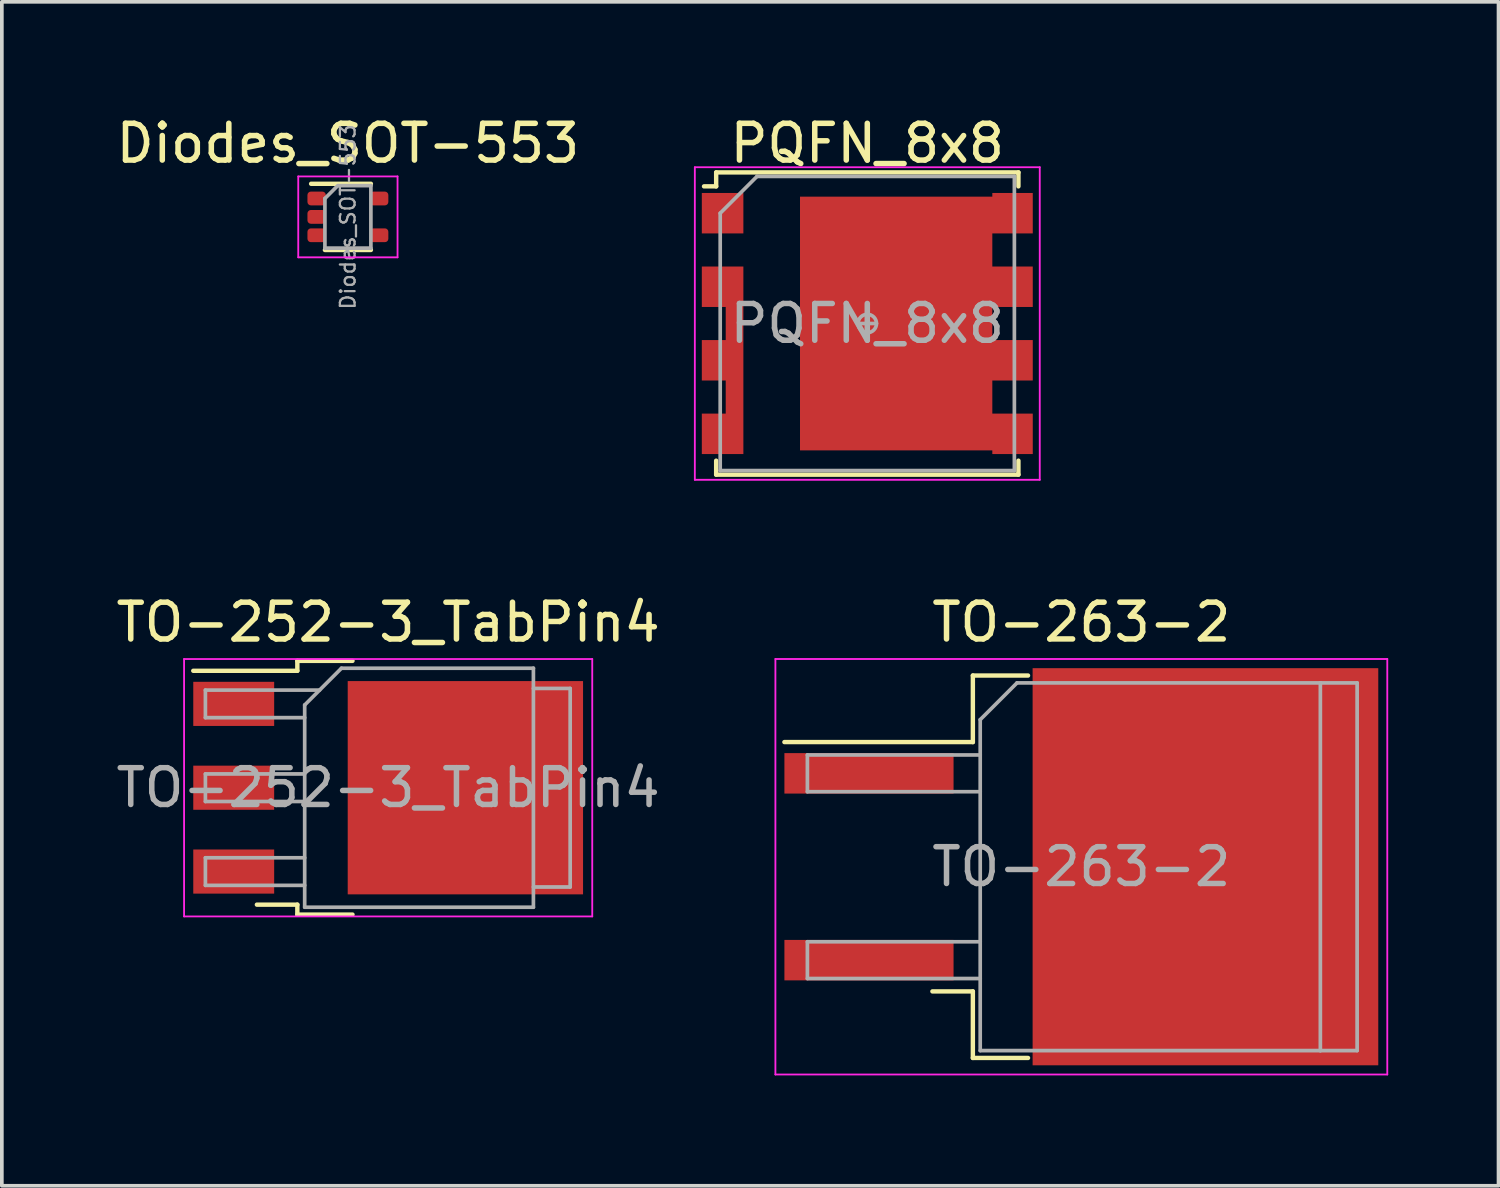
<source format=kicad_pcb>
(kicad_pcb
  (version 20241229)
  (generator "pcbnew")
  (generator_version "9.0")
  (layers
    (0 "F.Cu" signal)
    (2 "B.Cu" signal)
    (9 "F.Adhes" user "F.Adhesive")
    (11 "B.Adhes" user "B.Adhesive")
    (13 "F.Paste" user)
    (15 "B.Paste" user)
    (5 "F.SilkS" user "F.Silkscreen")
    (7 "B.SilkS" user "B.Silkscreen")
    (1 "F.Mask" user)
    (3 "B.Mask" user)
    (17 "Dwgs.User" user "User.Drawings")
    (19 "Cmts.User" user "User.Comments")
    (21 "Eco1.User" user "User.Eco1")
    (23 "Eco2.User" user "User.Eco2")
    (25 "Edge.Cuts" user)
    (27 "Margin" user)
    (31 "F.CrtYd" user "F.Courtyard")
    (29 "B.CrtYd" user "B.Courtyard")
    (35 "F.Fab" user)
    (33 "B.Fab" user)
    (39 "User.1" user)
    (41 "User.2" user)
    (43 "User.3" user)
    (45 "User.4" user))
  (footprint "TO-252-3_TabPin4"
    (layer "F.Cu")
    (at 7.506 18.372)
    (property "Reference" "TO-252-3_TabPin4" (at 0 -4.5 0) (layer "F.SilkS") (effects (font (size 1 1) (thickness 0.15))))
    (attr smd)
    (fp_line (start -2.47 -3.45) (end -2.47 -3.18) (stroke (width 0.12) (type solid)) (layer "F.SilkS"))
    (fp_line (start -2.47 -3.18) (end -5.3 -3.18) (stroke (width 0.12) (type solid)) (layer "F.SilkS"))
    (fp_line (start -2.47 3.18) (end -3.57 3.18) (stroke (width 0.12) (type solid)) (layer "F.SilkS"))
    (fp_line (start -2.47 3.45) (end -2.47 3.18) (stroke (width 0.12) (type solid)) (layer "F.SilkS"))
    (fp_line (start -0.97 -3.45) (end -2.47 -3.45) (stroke (width 0.12) (type solid)) (layer "F.SilkS"))
    (fp_line (start -0.97 3.45) (end -2.47 3.45) (stroke (width 0.12) (type solid)) (layer "F.SilkS"))
    (fp_line (start -5.55 -3.5) (end -5.55 3.5) (stroke (width 0.05) (type solid)) (layer "F.CrtYd"))
    (fp_line (start -5.55 3.5) (end 5.55 3.5) (stroke (width 0.05) (type solid)) (layer "F.CrtYd"))
    (fp_line (start 5.55 -3.5) (end -5.55 -3.5) (stroke (width 0.05) (type solid)) (layer "F.CrtYd"))
    (fp_line (start 5.55 3.5) (end 5.55 -3.5) (stroke (width 0.05) (type solid)) (layer "F.CrtYd"))
    (fp_line (start -4.97 -2.655) (end -4.97 -1.905) (stroke (width 0.1) (type solid)) (layer "F.Fab"))
    (fp_line (start -4.97 -1.905) (end -2.27 -1.905) (stroke (width 0.1) (type solid)) (layer "F.Fab"))
    (fp_line (start -4.97 -0.375) (end -4.97 0.375) (stroke (width 0.1) (type solid)) (layer "F.Fab"))
    (fp_line (start -4.97 0.375) (end -2.27 0.375) (stroke (width 0.1) (type solid)) (layer "F.Fab"))
    (fp_line (start -4.97 1.905) (end -4.97 2.655) (stroke (width 0.1) (type solid)) (layer "F.Fab"))
    (fp_line (start -4.97 2.655) (end -2.27 2.655) (stroke (width 0.1) (type solid)) (layer "F.Fab"))
    (fp_line (start -2.27 -2.25) (end -1.27 -3.25) (stroke (width 0.1) (type solid)) (layer "F.Fab"))
    (fp_line (start -2.27 -0.375) (end -4.97 -0.375) (stroke (width 0.1) (type solid)) (layer "F.Fab"))
    (fp_line (start -2.27 1.905) (end -4.97 1.905) (stroke (width 0.1) (type solid)) (layer "F.Fab"))
    (fp_line (start -2.27 3.25) (end -2.27 -2.25) (stroke (width 0.1) (type solid)) (layer "F.Fab"))
    (fp_line (start -1.865 -2.655) (end -4.97 -2.655) (stroke (width 0.1) (type solid)) (layer "F.Fab"))
    (fp_line (start -1.27 -3.25) (end 3.95 -3.25) (stroke (width 0.1) (type solid)) (layer "F.Fab"))
    (fp_line (start 3.95 -3.25) (end 3.95 3.25) (stroke (width 0.1) (type solid)) (layer "F.Fab"))
    (fp_line (start 3.95 -2.7) (end 4.95 -2.7) (stroke (width 0.1) (type solid)) (layer "F.Fab"))
    (fp_line (start 3.95 3.25) (end -2.27 3.25) (stroke (width 0.1) (type solid)) (layer "F.Fab"))
    (fp_line (start 4.95 -2.7) (end 4.95 2.7) (stroke (width 0.1) (type solid)) (layer "F.Fab"))
    (fp_line (start 4.95 2.7) (end 3.95 2.7) (stroke (width 0.1) (type solid)) (layer "F.Fab"))
    (fp_text user "${REFERENCE}" (at 0 0 0) (layer "F.Fab") (effects (font (size 1 1) (thickness 0.15))))
    (pad "" smd rect (at 0.425 -1.525) (size 3.05 2.75) (layers "F.Paste"))
    (pad "" smd rect (at 0.425 1.525) (size 3.05 2.75) (layers "F.Paste"))
    (pad "" smd rect (at 3.775 -1.525) (size 3.05 2.75) (layers "F.Paste"))
    (pad "" smd rect (at 3.775 1.525) (size 3.05 2.75) (layers "F.Paste"))
    (pad "1" smd rect (at -4.2 -2.28) (size 2.2 1.2) (layers "F.Cu" "F.Mask" "F.Paste"))
    (pad "2" smd rect (at -4.2 0) (size 2.2 1.2) (layers "F.Cu" "F.Mask" "F.Paste"))
    (pad "3" smd rect (at -4.2 2.28) (size 2.2 1.2) (layers "F.Cu" "F.Mask" "F.Paste"))
    (pad "4" smd rect (at 2.1 0) (size 6.4 5.8) (layers "F.Cu" "F.Mask")))
  (footprint "PQFN_8x8"
    (layer "F.Cu")
    (at 20.536 5.748)
    (property "Reference" "PQFN_8x8" (at 0 -4.9 0) (layer "F.SilkS") (effects (font (size 1 1) (thickness 0.15))))
    (attr smd)
    (fp_line (start -4.11 -3.73) (end -4.44 -3.73) (stroke (width 0.12) (type solid)) (layer "F.SilkS"))
    (fp_line (start -4.11 -3.73) (end -4.11 -4.11) (stroke (width 0.12) (type solid)) (layer "F.SilkS"))
    (fp_line (start -4.11 3.73) (end -4.11 4.11) (stroke (width 0.12) (type solid)) (layer "F.SilkS"))
    (fp_line (start 4.11 -4.11) (end -4.11 -4.11) (stroke (width 0.12) (type solid)) (layer "F.SilkS"))
    (fp_line (start 4.11 -3.73) (end 4.11 -4.11) (stroke (width 0.12) (type solid)) (layer "F.SilkS"))
    (fp_line (start 4.11 3.73) (end 4.11 4.11) (stroke (width 0.12) (type solid)) (layer "F.SilkS"))
    (fp_line (start 4.11 4.11) (end -4.11 4.11) (stroke (width 0.12) (type solid)) (layer "F.SilkS"))
    (fp_line (start -4.69 -4.25) (end 4.69 -4.25) (stroke (width 0.05) (type solid)) (layer "F.CrtYd"))
    (fp_line (start -4.69 4.25) (end -4.69 -4.25) (stroke (width 0.05) (type solid)) (layer "F.CrtYd"))
    (fp_line (start 4.69 -4.25) (end 4.69 4.25) (stroke (width 0.05) (type solid)) (layer "F.CrtYd"))
    (fp_line (start 4.69 4.25) (end -4.69 4.25) (stroke (width 0.05) (type solid)) (layer "F.CrtYd"))
    (fp_line (start -4 4) (end -4 -3) (stroke (width 0.1) (type solid)) (layer "F.Fab"))
    (fp_line (start -3 -4) (end -4 -3) (stroke (width 0.1) (type solid)) (layer "F.Fab"))
    (fp_line (start -3 -4) (end 4 -4) (stroke (width 0.1) (type solid)) (layer "F.Fab"))
    (fp_line (start 0 0.25) (end 0 -0.25) (stroke (width 0.1) (type solid)) (layer "F.Fab"))
    (fp_line (start 0.25 0) (end -0.25 0) (stroke (width 0.1) (type solid)) (layer "F.Fab"))
    (fp_line (start 4 -4) (end 4 4) (stroke (width 0.1) (type solid)) (layer "F.Fab"))
    (fp_line (start 4 4) (end -4 4) (stroke (width 0.1) (type solid)) (layer "F.Fab"))
    (fp_circle (center 0 0) (end 0 0.25) (stroke (width 0.1) (type solid)) (fill no) (layer "F.Fab"))
    (fp_text user "${REFERENCE}" (at 0 0 0) (layer "F.Fab") (effects (font (size 1 1) (thickness 0.15))))
    (pad "" smd rect (at -0.5 -2.25 270) (size 1.5 1.5) (layers "F.Paste"))
    (pad "" smd rect (at -0.5 0 270) (size 1.5 1.5) (layers "F.Paste"))
    (pad "" smd rect (at -0.5 2.25 270) (size 1.5 1.5) (layers "F.Paste"))
    (pad "" smd rect (at 2 -2.25 270) (size 1.5 1.5) (layers "F.Paste"))
    (pad "" smd rect (at 2 0 270) (size 1.5 1.5) (layers "F.Paste"))
    (pad "" smd rect (at 2 2.25 270) (size 1.5 1.5) (layers "F.Paste"))
    (pad "1" smd rect (at -3.935 -3) (size 1.13 1.1) (layers "F.Cu" "F.Mask" "F.Paste"))
    (pad "2" smd custom (at -3.61 1) (size 0.48 5.1) (layers "F.Cu" "F.Mask" "F.Paste") (options (anchor rect)) (primitives (gr_poly (pts (xy -0.24 -2.55) (xy -0.89 -2.55) (xy -0.89 -1.45) (xy -0.24 -1.45)) (width 0) (fill yes)) (gr_poly (pts (xy -0.24 -0.55) (xy -0.89 -0.55) (xy -0.89 0.55) (xy -0.24 0.55)) (width 0) (fill yes)) (gr_poly (pts (xy -0.24 1.45) (xy -0.89 1.45) (xy -0.89 2.55) (xy -0.24 2.55)) (width 0) (fill yes))))
    (pad "3" smd custom (at 0.785 0) (size 5.23 6.9) (layers "F.Cu" "F.Mask") (options (anchor rect)) (primitives (gr_poly (pts (xy 2.615 -3.55) (xy 3.715 -3.55) (xy 3.715 -2.45) (xy 2.615 -2.45)) (width 0) (fill yes)) (gr_poly (pts (xy 2.615 -1.55) (xy 3.715 -1.55) (xy 3.715 -0.45) (xy 2.615 -0.45)) (width 0) (fill yes)) (gr_poly (pts (xy 2.615 0.45) (xy 3.715 0.45) (xy 3.715 1.55) (xy 2.615 1.55)) (width 0) (fill yes)) (gr_poly (pts (xy 2.615 2.45) (xy 3.715 2.45) (xy 3.715 3.55) (xy 2.615 3.55)) (width 0) (fill yes)))))
  (footprint "TO-263-2"
    (layer "F.Cu")
    (at 26.357 20.521)
    (property "Reference" "TO-263-2" (at 0 -6.65 0) (layer "F.SilkS") (effects (font (size 1 1) (thickness 0.15))))
    (attr smd)
    (fp_line (start -2.95 -5.2) (end -2.95 -3.39) (stroke (width 0.12) (type solid)) (layer "F.SilkS"))
    (fp_line (start -2.95 -3.39) (end -8.075 -3.39) (stroke (width 0.12) (type solid)) (layer "F.SilkS"))
    (fp_line (start -2.95 3.39) (end -4.05 3.39) (stroke (width 0.12) (type solid)) (layer "F.SilkS"))
    (fp_line (start -2.95 5.2) (end -2.95 3.39) (stroke (width 0.12) (type solid)) (layer "F.SilkS"))
    (fp_line (start -1.45 -5.2) (end -2.95 -5.2) (stroke (width 0.12) (type solid)) (layer "F.SilkS"))
    (fp_line (start -1.45 5.2) (end -2.95 5.2) (stroke (width 0.12) (type solid)) (layer "F.SilkS"))
    (fp_line (start -8.32 -5.65) (end -8.32 5.65) (stroke (width 0.05) (type solid)) (layer "F.CrtYd"))
    (fp_line (start -8.32 5.65) (end 8.32 5.65) (stroke (width 0.05) (type solid)) (layer "F.CrtYd"))
    (fp_line (start 8.32 -5.65) (end -8.32 -5.65) (stroke (width 0.05) (type solid)) (layer "F.CrtYd"))
    (fp_line (start 8.32 5.65) (end 8.32 -5.65) (stroke (width 0.05) (type solid)) (layer "F.CrtYd"))
    (fp_line (start -7.45 -3.04) (end -7.45 -2.04) (stroke (width 0.1) (type solid)) (layer "F.Fab"))
    (fp_line (start -7.45 -2.04) (end -2.75 -2.04) (stroke (width 0.1) (type solid)) (layer "F.Fab"))
    (fp_line (start -7.45 2.04) (end -7.45 3.04) (stroke (width 0.1) (type solid)) (layer "F.Fab"))
    (fp_line (start -7.45 3.04) (end -2.75 3.04) (stroke (width 0.1) (type solid)) (layer "F.Fab"))
    (fp_line (start -2.75 -4) (end -1.75 -5) (stroke (width 0.1) (type solid)) (layer "F.Fab"))
    (fp_line (start -2.75 -3.04) (end -7.45 -3.04) (stroke (width 0.1) (type solid)) (layer "F.Fab"))
    (fp_line (start -2.75 2.04) (end -7.45 2.04) (stroke (width 0.1) (type solid)) (layer "F.Fab"))
    (fp_line (start -2.75 5) (end -2.75 -4) (stroke (width 0.1) (type solid)) (layer "F.Fab"))
    (fp_line (start -1.75 -5) (end 6.5 -5) (stroke (width 0.1) (type solid)) (layer "F.Fab"))
    (fp_line (start 6.5 -5) (end 6.5 5) (stroke (width 0.1) (type solid)) (layer "F.Fab"))
    (fp_line (start 6.5 -5) (end 7.5 -5) (stroke (width 0.1) (type solid)) (layer "F.Fab"))
    (fp_line (start 6.5 5) (end -2.75 5) (stroke (width 0.1) (type solid)) (layer "F.Fab"))
    (fp_line (start 7.5 -5) (end 7.5 5) (stroke (width 0.1) (type solid)) (layer "F.Fab"))
    (fp_line (start 7.5 5) (end 6.5 5) (stroke (width 0.1) (type solid)) (layer "F.Fab"))
    (fp_text user "${REFERENCE}" (at 0 0 0) (layer "F.Fab") (effects (font (size 1 1) (thickness 0.15))))
    (pad "" smd rect (at 0.95 -2.775) (size 4.55 5.25) (layers "F.Paste"))
    (pad "" smd rect (at 0.95 2.775) (size 4.55 5.25) (layers "F.Paste"))
    (pad "" smd rect (at 5.8 -2.775) (size 4.55 5.25) (layers "F.Paste"))
    (pad "" smd rect (at 5.8 2.775) (size 4.55 5.25) (layers "F.Paste"))
    (pad "1" smd rect (at -5.775 -2.54) (size 4.6 1.1) (layers "F.Cu" "F.Mask" "F.Paste"))
    (pad "2" smd rect (at 3.375 0) (size 9.4 10.8) (layers "F.Cu" "F.Mask"))
    (pad "3" smd rect (at -5.775 2.54) (size 4.6 1.1) (layers "F.Cu" "F.Mask" "F.Paste")))
  (footprint "Diodes_SOT-553"
    (layer "F.Cu")
    (at 6.411 2.848)
    (property "Reference" "Diodes_SOT-553" (at 0 -2 0) (layer "F.SilkS") (effects (font (size 1 1) (thickness 0.15))))
    (attr smd)
    (fp_line (start -1 -0.9) (end 0.625 -0.9) (stroke (width 0.12) (type solid)) (layer "F.SilkS"))
    (fp_line (start 0.625 0.9) (end -0.625 0.9) (stroke (width 0.12) (type solid)) (layer "F.SilkS"))
    (fp_line (start -1.35 -1.1) (end -1.35 1.1) (stroke (width 0.05) (type solid)) (layer "F.CrtYd"))
    (fp_line (start -1.35 -1.1) (end 1.35 -1.1) (stroke (width 0.05) (type solid)) (layer "F.CrtYd"))
    (fp_line (start 1.35 1.1) (end -1.35 1.1) (stroke (width 0.05) (type solid)) (layer "F.CrtYd"))
    (fp_line (start 1.35 1.1) (end 1.35 -1.1) (stroke (width 0.05) (type solid)) (layer "F.CrtYd"))
    (fp_line (start -0.625 -0.5) (end -0.625 0.85) (stroke (width 0.1) (type solid)) (layer "F.Fab"))
    (fp_line (start -0.625 -0.5) (end -0.275 -0.85) (stroke (width 0.1) (type solid)) (layer "F.Fab"))
    (fp_line (start -0.625 0.85) (end 0.625 0.85) (stroke (width 0.1) (type solid)) (layer "F.Fab"))
    (fp_line (start 0.625 -0.85) (end -0.25 -0.85) (stroke (width 0.1) (type solid)) (layer "F.Fab"))
    (fp_line (start 0.625 0.85) (end 0.625 -0.85) (stroke (width 0.1) (type solid)) (layer "F.Fab"))
    (fp_text user "${REFERENCE}" (at 0 0 90) (layer "F.Fab") (effects (font (size 0.4 0.4) (thickness 0.062))))
    (pad "1" smd roundrect (at -0.85 -0.5) (size 0.5 0.375) (layers "F.Cu" "F.Mask" "F.Paste") (roundrect_rratio 0.25))
    (pad "2" smd roundrect (at -0.85 0) (size 0.5 0.375) (layers "F.Cu" "F.Mask" "F.Paste") (roundrect_rratio 0.25))
    (pad "3" smd roundrect (at -0.85 0.5) (size 0.5 0.375) (layers "F.Cu" "F.Mask" "F.Paste") (roundrect_rratio 0.25))
    (pad "4" smd roundrect (at 0.85 0.5) (size 0.5 0.375) (layers "F.Cu" "F.Mask" "F.Paste") (roundrect_rratio 0.25))
    (pad "5" smd roundrect (at 0.85 -0.5) (size 0.5 0.375) (layers "F.Cu" "F.Mask" "F.Paste") (roundrect_rratio 0.25)))
  (gr_rect
    (start -3 -3)
    (end 37.702 29.197)
    (stroke (width 0.1) (type default))
    (fill no)
    (layer "Edge.Cuts")))
</source>
